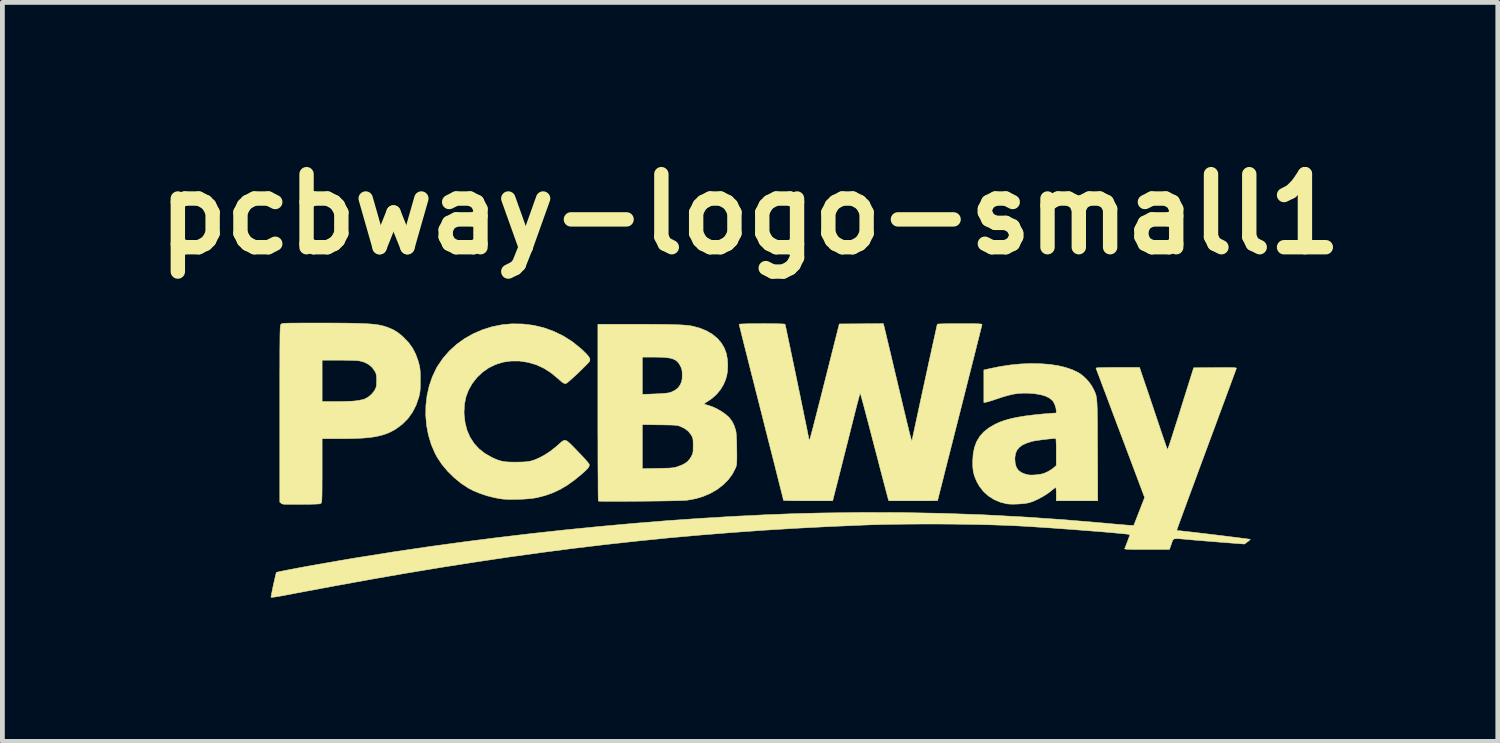
<source format=kicad_pcb>
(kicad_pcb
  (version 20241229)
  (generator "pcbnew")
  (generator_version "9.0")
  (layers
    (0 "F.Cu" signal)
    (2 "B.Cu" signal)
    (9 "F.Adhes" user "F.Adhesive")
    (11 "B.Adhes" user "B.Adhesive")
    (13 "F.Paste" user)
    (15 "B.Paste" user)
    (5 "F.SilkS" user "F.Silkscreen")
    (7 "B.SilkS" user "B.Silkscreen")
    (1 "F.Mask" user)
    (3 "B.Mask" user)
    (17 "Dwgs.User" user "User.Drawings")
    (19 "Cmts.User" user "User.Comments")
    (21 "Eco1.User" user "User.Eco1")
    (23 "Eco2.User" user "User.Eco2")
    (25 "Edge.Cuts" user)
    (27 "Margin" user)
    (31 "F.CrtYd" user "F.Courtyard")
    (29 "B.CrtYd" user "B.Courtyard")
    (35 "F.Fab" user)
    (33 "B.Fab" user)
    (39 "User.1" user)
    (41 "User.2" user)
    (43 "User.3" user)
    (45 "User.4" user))
  (footprint "pcbway-logo-small1"
    (layer "F.Cu")
    (at 12.598 6.318)
    (property "Reference" "pcbway-logo-small1" (at 0 -4.9 0) (layer "F.SilkS") (effects (font (size 1.524 1.524) (thickness 0.3))))
    (attr through_hole)
    (fp_poly (pts (xy -4.744 -2.609) (xy -4.521 -2.582) (xy -4.305 -2.531) (xy -4.097 -2.456) (xy -3.897 -2.359) (xy -3.709 -2.24) (xy -3.534 -2.099) (xy -3.487 -2.056) (xy -3.428 -1.998) (xy -3.386 -1.953) (xy -3.359 -1.917) (xy -3.345 -1.888) (xy -3.341 -1.861) (xy -3.345 -1.837) (xy -3.356 -1.821) (xy -3.383 -1.79) (xy -3.422 -1.749) (xy -3.472 -1.7) (xy -3.527 -1.645) (xy -3.586 -1.588) (xy -3.646 -1.532) (xy -3.703 -1.48) (xy -3.753 -1.435) (xy -3.795 -1.399) (xy -3.825 -1.376) (xy -3.837 -1.369) (xy -3.858 -1.365) (xy -3.881 -1.371) (xy -3.911 -1.388) (xy -3.951 -1.42) (xy -4.004 -1.468) (xy -4.007 -1.47) (xy -4.153 -1.591) (xy -4.304 -1.687) (xy -4.461 -1.759) (xy -4.627 -1.808) (xy -4.801 -1.835) (xy -4.826 -1.837) (xy -4.994 -1.836) (xy -5.155 -1.812) (xy -5.308 -1.764) (xy -5.451 -1.695) (xy -5.581 -1.604) (xy -5.698 -1.493) (xy -5.799 -1.363) (xy -5.799 -1.363) (xy -5.875 -1.228) (xy -5.928 -1.086) (xy -5.958 -0.934) (xy -5.967 -0.771) (xy -5.965 -0.718) (xy -5.945 -0.546) (xy -5.904 -0.39) (xy -5.842 -0.247) (xy -5.76 -0.12) (xy -5.657 -0.007) (xy -5.535 0.09) (xy -5.392 0.172) (xy -5.391 0.172) (xy -5.318 0.206) (xy -5.255 0.231) (xy -5.195 0.249) (xy -5.133 0.262) (xy -5.064 0.269) (xy -4.98 0.272) (xy -4.883 0.273) (xy -4.78 0.271) (xy -4.697 0.268) (xy -4.627 0.26) (xy -4.566 0.248) (xy -4.506 0.229) (xy -4.442 0.203) (xy -4.375 0.172) (xy -4.27 0.114) (xy -4.163 0.043) (xy -4.051 -0.046) (xy -3.993 -0.096) (xy -3.953 -0.132) (xy -3.921 -0.159) (xy -3.893 -0.176) (xy -3.867 -0.183) (xy -3.84 -0.178) (xy -3.809 -0.16) (xy -3.771 -0.129) (xy -3.723 -0.083) (xy -3.662 -0.02) (xy -3.598 0.046) (xy -3.535 0.111) (xy -3.478 0.172) (xy -3.429 0.226) (xy -3.391 0.27) (xy -3.366 0.301) (xy -3.357 0.315) (xy -3.354 0.34) (xy -3.361 0.365) (xy -3.379 0.393) (xy -3.41 0.428) (xy -3.458 0.474) (xy -3.505 0.516) (xy -3.661 0.644) (xy -3.812 0.752) (xy -3.96 0.84) (xy -4.111 0.911) (xy -4.268 0.967) (xy -4.436 1.011) (xy -4.467 1.017) (xy -4.539 1.028) (xy -4.63 1.038) (xy -4.733 1.045) (xy -4.842 1.049) (xy -4.95 1.051) (xy -5.05 1.05) (xy -5.137 1.045) (xy -5.188 1.04) (xy -5.334 1.014) (xy -5.484 0.976) (xy -5.63 0.928) (xy -5.766 0.872) (xy -5.879 0.814) (xy -6.031 0.713) (xy -6.175 0.595) (xy -6.308 0.464) (xy -6.426 0.323) (xy -6.525 0.176) (xy -6.571 0.092) (xy -6.651 -0.095) (xy -6.71 -0.292) (xy -6.749 -0.495) (xy -6.766 -0.702) (xy -6.763 -0.91) (xy -6.739 -1.115) (xy -6.694 -1.314) (xy -6.629 -1.506) (xy -6.544 -1.685) (xy -6.52 -1.727) (xy -6.406 -1.894) (xy -6.273 -2.047) (xy -6.122 -2.184) (xy -5.956 -2.304) (xy -5.775 -2.406) (xy -5.583 -2.489) (xy -5.381 -2.552) (xy -5.172 -2.594) (xy -4.971 -2.612) (xy -4.744 -2.609)) (stroke (width 0.01) (type solid)) (fill yes) (layer "F.SilkS"))
    (fp_poly (pts (xy 6.052 -1.781) (xy 6.242 -1.767) (xy 6.419 -1.741) (xy 6.58 -1.703) (xy 6.724 -1.654) (xy 6.848 -1.594) (xy 6.889 -1.569) (xy 6.969 -1.505) (xy 7.047 -1.426) (xy 7.113 -1.34) (xy 7.155 -1.267) (xy 7.171 -1.236) (xy 7.184 -1.208) (xy 7.196 -1.182) (xy 7.206 -1.156) (xy 7.215 -1.128) (xy 7.222 -1.096) (xy 7.228 -1.058) (xy 7.233 -1.014) (xy 7.237 -0.96) (xy 7.24 -0.895) (xy 7.243 -0.818) (xy 7.244 -0.726) (xy 7.246 -0.618) (xy 7.247 -0.492) (xy 7.247 -0.346) (xy 7.248 -0.178) (xy 7.249 0.013) (xy 7.249 0.029) (xy 7.253 1.079) (xy 6.388 1.079) (xy 6.388 0.94) (xy 6.387 0.884) (xy 6.385 0.838) (xy 6.381 0.809) (xy 6.377 0.8) (xy 6.363 0.808) (xy 6.334 0.829) (xy 6.296 0.859) (xy 6.266 0.884) (xy 6.192 0.938) (xy 6.105 0.992) (xy 6.012 1.042) (xy 5.919 1.085) (xy 5.835 1.115) (xy 5.804 1.123) (xy 5.744 1.134) (xy 5.668 1.142) (xy 5.585 1.147) (xy 5.502 1.15) (xy 5.427 1.149) (xy 5.368 1.144) (xy 5.362 1.144) (xy 5.221 1.109) (xy 5.09 1.053) (xy 4.972 0.978) (xy 4.868 0.884) (xy 4.783 0.774) (xy 4.736 0.692) (xy 4.698 0.608) (xy 4.672 0.532) (xy 4.655 0.456) (xy 4.646 0.371) (xy 4.644 0.27) (xy 4.644 0.26) (xy 4.647 0.21) (xy 5.524 0.21) (xy 5.532 0.305) (xy 5.556 0.383) (xy 5.598 0.444) (xy 5.659 0.49) (xy 5.741 0.523) (xy 5.804 0.538) (xy 5.854 0.543) (xy 5.92 0.541) (xy 5.992 0.535) (xy 6.061 0.525) (xy 6.117 0.512) (xy 6.127 0.509) (xy 6.215 0.47) (xy 6.298 0.419) (xy 6.353 0.375) (xy 6.388 0.342) (xy 6.388 0.064) (xy 6.388 -0.018) (xy 6.387 -0.09) (xy 6.385 -0.15) (xy 6.382 -0.194) (xy 6.38 -0.217) (xy 6.379 -0.22) (xy 6.362 -0.221) (xy 6.325 -0.219) (xy 6.272 -0.214) (xy 6.209 -0.208) (xy 6.14 -0.2) (xy 6.07 -0.191) (xy 6.004 -0.182) (xy 5.946 -0.173) (xy 5.902 -0.165) (xy 5.885 -0.161) (xy 5.773 -0.126) (xy 5.683 -0.085) (xy 5.616 -0.036) (xy 5.568 0.023) (xy 5.538 0.093) (xy 5.525 0.177) (xy 5.524 0.21) (xy 4.647 0.21) (xy 4.654 0.104) (xy 4.681 -0.034) (xy 4.727 -0.156) (xy 4.792 -0.264) (xy 4.878 -0.36) (xy 4.985 -0.444) (xy 5.113 -0.518) (xy 5.209 -0.562) (xy 5.317 -0.6) (xy 5.439 -0.634) (xy 5.575 -0.663) (xy 5.729 -0.689) (xy 5.903 -0.711) (xy 6.098 -0.731) (xy 6.264 -0.744) (xy 6.388 -0.753) (xy 6.388 -0.793) (xy 6.38 -0.856) (xy 6.359 -0.923) (xy 6.33 -0.983) (xy 6.309 -1.011) (xy 6.249 -1.062) (xy 6.166 -1.104) (xy 6.062 -1.134) (xy 5.935 -1.155) (xy 5.81 -1.165) (xy 5.703 -1.166) (xy 5.603 -1.161) (xy 5.503 -1.147) (xy 5.397 -1.123) (xy 5.28 -1.09) (xy 5.184 -1.058) (xy 5.112 -1.034) (xy 5.045 -1.012) (xy 4.988 -0.995) (xy 4.946 -0.983) (xy 4.931 -0.979) (xy 4.877 -0.969) (xy 4.877 -1.649) (xy 4.991 -1.676) (xy 5.211 -1.721) (xy 5.429 -1.754) (xy 5.644 -1.775) (xy 5.852 -1.784) (xy 6.052 -1.781)) (stroke (width 0.01) (type solid)) (fill yes) (layer "F.SilkS"))
    (fp_poly (pts (xy -8.961 -2.629) (xy -8.757 -2.629) (xy -8.577 -2.628) (xy -8.418 -2.627) (xy -8.278 -2.624) (xy -8.157 -2.621) (xy -8.051 -2.617) (xy -7.96 -2.612) (xy -7.88 -2.606) (xy -7.81 -2.598) (xy -7.749 -2.589) (xy -7.694 -2.578) (xy -7.643 -2.565) (xy -7.594 -2.55) (xy -7.553 -2.536) (xy -7.446 -2.49) (xy -7.348 -2.43) (xy -7.251 -2.351) (xy -7.228 -2.33) (xy -7.126 -2.223) (xy -7.043 -2.109) (xy -6.978 -1.984) (xy -6.926 -1.843) (xy -6.906 -1.769) (xy -6.895 -1.723) (xy -6.888 -1.68) (xy -6.883 -1.633) (xy -6.88 -1.577) (xy -6.879 -1.507) (xy -6.879 -1.429) (xy -6.879 -1.343) (xy -6.881 -1.277) (xy -6.884 -1.224) (xy -6.889 -1.18) (xy -6.897 -1.138) (xy -6.908 -1.092) (xy -6.912 -1.079) (xy -6.967 -0.917) (xy -7.043 -0.769) (xy -7.138 -0.636) (xy -7.252 -0.521) (xy -7.383 -0.423) (xy -7.412 -0.405) (xy -7.489 -0.363) (xy -7.567 -0.328) (xy -7.651 -0.298) (xy -7.743 -0.274) (xy -7.844 -0.254) (xy -7.959 -0.239) (xy -8.088 -0.228) (xy -8.236 -0.221) (xy -8.403 -0.217) (xy -8.581 -0.216) (xy -8.928 -0.216) (xy -8.928 0.442) (xy -8.928 0.592) (xy -8.929 0.719) (xy -8.929 0.824) (xy -8.93 0.909) (xy -8.931 0.977) (xy -8.933 1.03) (xy -8.935 1.069) (xy -8.938 1.096) (xy -8.942 1.114) (xy -8.946 1.124) (xy -8.946 1.125) (xy -8.952 1.132) (xy -8.962 1.137) (xy -8.977 1.142) (xy -9.001 1.145) (xy -9.036 1.147) (xy -9.085 1.149) (xy -9.152 1.151) (xy -9.237 1.152) (xy -9.346 1.153) (xy -9.357 1.153) (xy -9.467 1.154) (xy -9.555 1.154) (xy -9.624 1.154) (xy -9.675 1.154) (xy -9.712 1.152) (xy -9.739 1.149) (xy -9.757 1.145) (xy -9.769 1.14) (xy -9.779 1.133) (xy -9.78 1.132) (xy -9.811 1.107) (xy -9.811 -0.734) (xy -9.811 -0.987) (xy -9.811 -0.991) (xy -8.928 -0.991) (xy -8.65 -0.991) (xy -8.559 -0.991) (xy -8.466 -0.993) (xy -8.38 -0.996) (xy -8.305 -0.999) (xy -8.249 -1.003) (xy -8.243 -1.004) (xy -8.179 -1.012) (xy -8.116 -1.024) (xy -8.064 -1.036) (xy -8.046 -1.042) (xy -7.968 -1.083) (xy -7.897 -1.142) (xy -7.84 -1.212) (xy -7.826 -1.237) (xy -7.81 -1.27) (xy -7.799 -1.301) (xy -7.794 -1.336) (xy -7.792 -1.384) (xy -7.791 -1.429) (xy -7.792 -1.49) (xy -7.795 -1.533) (xy -7.802 -1.567) (xy -7.814 -1.597) (xy -7.826 -1.621) (xy -7.882 -1.701) (xy -7.957 -1.765) (xy -8.048 -1.812) (xy -8.154 -1.84) (xy -8.163 -1.841) (xy -8.199 -1.845) (xy -8.256 -1.848) (xy -8.33 -1.85) (xy -8.415 -1.852) (xy -8.508 -1.854) (xy -8.588 -1.854) (xy -8.928 -1.854) (xy -8.928 -0.991) (xy -9.811 -0.991) (xy -9.811 -1.215) (xy -9.811 -1.42) (xy -9.811 -1.604) (xy -9.81 -1.767) (xy -9.81 -1.911) (xy -9.81 -2.038) (xy -9.809 -2.147) (xy -9.808 -2.241) (xy -9.808 -2.32) (xy -9.807 -2.387) (xy -9.805 -2.441) (xy -9.804 -2.485) (xy -9.803 -2.52) (xy -9.801 -2.547) (xy -9.799 -2.566) (xy -9.796 -2.58) (xy -9.794 -2.59) (xy -9.791 -2.596) (xy -9.788 -2.601) (xy -9.787 -2.602) (xy -9.781 -2.608) (xy -9.775 -2.612) (xy -9.765 -2.616) (xy -9.751 -2.619) (xy -9.729 -2.622) (xy -9.699 -2.624) (xy -9.658 -2.626) (xy -9.604 -2.627) (xy -9.535 -2.628) (xy -9.451 -2.628) (xy -9.348 -2.629) (xy -9.224 -2.629) (xy -9.079 -2.629) (xy -8.961 -2.629)) (stroke (width 0.01) (type solid)) (fill yes) (layer "F.SilkS"))
    (fp_poly (pts (xy -2.384 -2.603) (xy -2.185 -2.603) (xy -2.01 -2.602) (xy -1.856 -2.601) (xy -1.723 -2.599) (xy -1.608 -2.596) (xy -1.509 -2.593) (xy -1.424 -2.589) (xy -1.353 -2.584) (xy -1.292 -2.578) (xy -1.241 -2.571) (xy -1.206 -2.565) (xy -1.051 -2.524) (xy -0.91 -2.467) (xy -0.786 -2.394) (xy -0.681 -2.307) (xy -0.679 -2.305) (xy -0.598 -2.21) (xy -0.537 -2.107) (xy -0.495 -1.994) (xy -0.472 -1.866) (xy -0.466 -1.746) (xy -0.47 -1.637) (xy -0.484 -1.543) (xy -0.509 -1.453) (xy -0.549 -1.358) (xy -0.56 -1.336) (xy -0.619 -1.239) (xy -0.697 -1.145) (xy -0.788 -1.062) (xy -0.88 -0.998) (xy -0.919 -0.974) (xy -0.946 -0.954) (xy -0.957 -0.941) (xy -0.956 -0.94) (xy -0.939 -0.932) (xy -0.906 -0.921) (xy -0.883 -0.915) (xy -0.791 -0.885) (xy -0.693 -0.84) (xy -0.596 -0.784) (xy -0.508 -0.722) (xy -0.436 -0.658) (xy -0.427 -0.647) (xy -0.374 -0.575) (xy -0.331 -0.487) (xy -0.301 -0.394) (xy -0.293 -0.356) (xy -0.289 -0.319) (xy -0.285 -0.261) (xy -0.282 -0.189) (xy -0.279 -0.105) (xy -0.278 -0.016) (xy -0.277 0.025) (xy -0.276 0.12) (xy -0.276 0.194) (xy -0.277 0.249) (xy -0.279 0.291) (xy -0.282 0.322) (xy -0.287 0.348) (xy -0.294 0.371) (xy -0.304 0.395) (xy -0.306 0.4) (xy -0.371 0.526) (xy -0.458 0.643) (xy -0.565 0.749) (xy -0.689 0.844) (xy -0.828 0.924) (xy -0.978 0.988) (xy -1.106 1.027) (xy -1.172 1.042) (xy -1.246 1.056) (xy -1.312 1.067) (xy -1.314 1.068) (xy -1.343 1.07) (xy -1.394 1.073) (xy -1.463 1.075) (xy -1.549 1.077) (xy -1.649 1.08) (xy -1.761 1.082) (xy -1.882 1.084) (xy -2.009 1.085) (xy -2.141 1.087) (xy -2.274 1.088) (xy -2.407 1.089) (xy -2.536 1.09) (xy -2.66 1.091) (xy -2.776 1.091) (xy -2.882 1.091) (xy -2.974 1.091) (xy -3.051 1.09) (xy -3.11 1.089) (xy -3.149 1.087) (xy -3.165 1.085) (xy -3.165 1.085) (xy -3.167 1.071) (xy -3.168 1.034) (xy -3.169 0.974) (xy -3.17 0.892) (xy -3.171 0.791) (xy -3.171 0.672) (xy -3.172 0.536) (xy -3.173 0.409) (xy -2.248 0.409) (xy -1.927 0.403) (xy -1.826 0.401) (xy -1.747 0.399) (xy -1.685 0.397) (xy -1.637 0.393) (xy -1.599 0.389) (xy -1.567 0.383) (xy -1.538 0.375) (xy -1.518 0.369) (xy -1.425 0.335) (xy -1.354 0.297) (xy -1.297 0.253) (xy -1.252 0.198) (xy -1.221 0.147) (xy -1.207 0.117) (xy -1.197 0.09) (xy -1.191 0.059) (xy -1.188 0.018) (xy -1.188 -0.04) (xy -1.187 -0.07) (xy -1.188 -0.135) (xy -1.189 -0.181) (xy -1.194 -0.215) (xy -1.201 -0.242) (xy -1.214 -0.269) (xy -1.227 -0.292) (xy -1.284 -0.367) (xy -1.362 -0.428) (xy -1.457 -0.473) (xy -1.48 -0.482) (xy -1.504 -0.488) (xy -1.532 -0.493) (xy -1.568 -0.497) (xy -1.614 -0.5) (xy -1.674 -0.502) (xy -1.751 -0.503) (xy -1.85 -0.505) (xy -1.889 -0.505) (xy -2.248 -0.51) (xy -2.248 0.409) (xy -3.173 0.409) (xy -3.173 0.384) (xy -3.174 0.219) (xy -3.174 0.041) (xy -3.174 -0.149) (xy -3.175 -0.348) (xy -3.175 -0.555) (xy -3.175 -0.764) (xy -3.175 -1.918) (xy -2.248 -1.918) (xy -2.248 -1.143) (xy -2.169 -1.144) (xy -2.127 -1.145) (xy -2.067 -1.147) (xy -1.996 -1.15) (xy -1.92 -1.153) (xy -1.892 -1.155) (xy -1.81 -1.16) (xy -1.748 -1.166) (xy -1.701 -1.172) (xy -1.664 -1.181) (xy -1.633 -1.193) (xy -1.632 -1.193) (xy -1.558 -1.232) (xy -1.503 -1.276) (xy -1.463 -1.331) (xy -1.449 -1.358) (xy -1.432 -1.398) (xy -1.422 -1.435) (xy -1.417 -1.48) (xy -1.416 -1.539) (xy -1.416 -1.544) (xy -1.417 -1.603) (xy -1.421 -1.645) (xy -1.43 -1.679) (xy -1.445 -1.716) (xy -1.454 -1.734) (xy -1.484 -1.785) (xy -1.519 -1.826) (xy -1.561 -1.858) (xy -1.614 -1.882) (xy -1.68 -1.899) (xy -1.762 -1.91) (xy -1.863 -1.916) (xy -1.987 -1.918) (xy -1.997 -1.918) (xy -2.248 -1.918) (xy -3.175 -1.918) (xy -3.175 -2.603) (xy -2.384 -2.603)) (stroke (width 0.01) (type solid)) (fill yes) (layer "F.SilkS"))
    (fp_poly (pts (xy 0.39 -2.616) (xy 0.479 -2.615) (xy 0.559 -2.614) (xy 0.628 -2.612) (xy 0.681 -2.61) (xy 0.717 -2.607) (xy 0.73 -2.604) (xy 0.733 -2.591) (xy 0.741 -2.554) (xy 0.754 -2.497) (xy 0.77 -2.421) (xy 0.789 -2.329) (xy 0.812 -2.222) (xy 0.837 -2.103) (xy 0.864 -1.973) (xy 0.893 -1.836) (xy 0.923 -1.691) (xy 0.954 -1.543) (xy 0.985 -1.393) (xy 1.016 -1.243) (xy 1.047 -1.095) (xy 1.076 -0.951) (xy 1.105 -0.813) (xy 1.131 -0.683) (xy 1.156 -0.564) (xy 1.178 -0.458) (xy 1.196 -0.366) (xy 1.211 -0.291) (xy 1.223 -0.234) (xy 1.23 -0.198) (xy 1.232 -0.185) (xy 1.233 -0.178) (xy 1.236 -0.18) (xy 1.241 -0.192) (xy 1.249 -0.216) (xy 1.26 -0.252) (xy 1.274 -0.302) (xy 1.291 -0.367) (xy 1.313 -0.448) (xy 1.338 -0.547) (xy 1.368 -0.663) (xy 1.403 -0.8) (xy 1.443 -0.957) (xy 1.489 -1.136) (xy 1.54 -1.339) (xy 1.556 -1.401) (xy 1.861 -2.61) (xy 2.32 -2.613) (xy 2.78 -2.617) (xy 2.793 -2.569) (xy 2.798 -2.55) (xy 2.808 -2.508) (xy 2.823 -2.444) (xy 2.843 -2.362) (xy 2.866 -2.262) (xy 2.894 -2.147) (xy 2.925 -2.017) (xy 2.958 -1.876) (xy 2.994 -1.724) (xy 3.032 -1.563) (xy 3.072 -1.397) (xy 3.079 -1.365) (xy 3.128 -1.16) (xy 3.171 -0.978) (xy 3.209 -0.818) (xy 3.243 -0.679) (xy 3.271 -0.56) (xy 3.296 -0.459) (xy 3.316 -0.376) (xy 3.333 -0.309) (xy 3.347 -0.256) (xy 3.358 -0.217) (xy 3.366 -0.19) (xy 3.371 -0.174) (xy 3.375 -0.167) (xy 3.377 -0.169) (xy 3.377 -0.173) (xy 3.38 -0.188) (xy 3.388 -0.226) (xy 3.4 -0.285) (xy 3.417 -0.362) (xy 3.437 -0.455) (xy 3.46 -0.563) (xy 3.486 -0.683) (xy 3.514 -0.813) (xy 3.544 -0.952) (xy 3.575 -1.096) (xy 3.607 -1.245) (xy 3.64 -1.396) (xy 3.673 -1.546) (xy 3.705 -1.694) (xy 3.736 -1.838) (xy 3.767 -1.976) (xy 3.795 -2.106) (xy 3.821 -2.225) (xy 3.845 -2.331) (xy 3.865 -2.423) (xy 3.882 -2.499) (xy 3.894 -2.556) (xy 3.903 -2.592) (xy 3.906 -2.605) (xy 3.92 -2.608) (xy 3.956 -2.61) (xy 4.012 -2.612) (xy 4.085 -2.614) (xy 4.172 -2.615) (xy 4.27 -2.616) (xy 4.376 -2.616) (xy 4.376 -2.616) (xy 4.5 -2.616) (xy 4.601 -2.616) (xy 4.68 -2.615) (xy 4.741 -2.613) (xy 4.785 -2.611) (xy 4.815 -2.608) (xy 4.832 -2.605) (xy 4.838 -2.601) (xy 4.839 -2.599) (xy 4.836 -2.585) (xy 4.827 -2.548) (xy 4.812 -2.489) (xy 4.792 -2.409) (xy 4.768 -2.31) (xy 4.738 -2.194) (xy 4.705 -2.061) (xy 4.668 -1.913) (xy 4.627 -1.751) (xy 4.583 -1.577) (xy 4.536 -1.392) (xy 4.487 -1.197) (xy 4.436 -0.995) (xy 4.383 -0.785) (xy 4.375 -0.755) (xy 4.322 -0.545) (xy 4.27 -0.342) (xy 4.221 -0.147) (xy 4.174 0.039) (xy 4.129 0.214) (xy 4.088 0.376) (xy 4.05 0.526) (xy 4.017 0.66) (xy 3.987 0.778) (xy 3.961 0.878) (xy 3.941 0.959) (xy 3.926 1.02) (xy 3.916 1.059) (xy 3.912 1.075) (xy 3.912 1.076) (xy 3.899 1.077) (xy 3.864 1.077) (xy 3.809 1.078) (xy 3.737 1.079) (xy 3.65 1.079) (xy 3.551 1.079) (xy 3.443 1.079) (xy 3.403 1.079) (xy 2.895 1.079) (xy 2.884 1.051) (xy 2.88 1.035) (xy 2.869 0.996) (xy 2.853 0.935) (xy 2.832 0.856) (xy 2.807 0.76) (xy 2.777 0.647) (xy 2.744 0.521) (xy 2.708 0.384) (xy 2.67 0.236) (xy 2.629 0.079) (xy 2.589 -0.073) (xy 2.547 -0.235) (xy 2.507 -0.389) (xy 2.469 -0.535) (xy 2.433 -0.67) (xy 2.401 -0.792) (xy 2.372 -0.901) (xy 2.347 -0.993) (xy 2.327 -1.068) (xy 2.311 -1.123) (xy 2.301 -1.157) (xy 2.297 -1.168) (xy 2.293 -1.156) (xy 2.283 -1.122) (xy 2.268 -1.068) (xy 2.249 -0.996) (xy 2.226 -0.909) (xy 2.2 -0.808) (xy 2.172 -0.697) (xy 2.142 -0.578) (xy 2.135 -0.549) (xy 2.098 -0.404) (xy 2.059 -0.247) (xy 2.018 -0.083) (xy 1.976 0.081) (xy 1.936 0.241) (xy 1.899 0.389) (xy 1.865 0.522) (xy 1.852 0.575) (xy 1.723 1.079) (xy 1.211 1.079) (xy 1.1 1.079) (xy 0.997 1.079) (xy 0.905 1.078) (xy 0.826 1.077) (xy 0.764 1.075) (xy 0.722 1.074) (xy 0.7 1.072) (xy 0.699 1.072) (xy 0.695 1.059) (xy 0.686 1.022) (xy 0.672 0.964) (xy 0.652 0.885) (xy 0.627 0.788) (xy 0.598 0.672) (xy 0.565 0.54) (xy 0.528 0.393) (xy 0.487 0.232) (xy 0.443 0.058) (xy 0.396 -0.126) (xy 0.347 -0.32) (xy 0.296 -0.522) (xy 0.243 -0.732) (xy 0.235 -0.763) (xy 0.182 -0.973) (xy 0.13 -1.176) (xy 0.081 -1.372) (xy 0.033 -1.558) (xy -0.011 -1.733) (xy -0.052 -1.897) (xy -0.09 -2.046) (xy -0.124 -2.181) (xy -0.154 -2.3) (xy -0.179 -2.401) (xy -0.199 -2.483) (xy -0.215 -2.545) (xy -0.225 -2.585) (xy -0.229 -2.602) (xy -0.229 -2.603) (xy -0.216 -2.606) (xy -0.182 -2.609) (xy -0.13 -2.611) (xy -0.061 -2.613) (xy 0.019 -2.615) (xy 0.107 -2.616) (xy 0.201 -2.616) (xy 0.296 -2.617) (xy 0.39 -2.616)) (stroke (width 0.01) (type solid)) (fill yes) (layer "F.SilkS"))
    (fp_poly (pts (xy 8.277 -1.254) (xy 8.32 -1.128) (xy 8.367 -0.988) (xy 8.416 -0.842) (xy 8.465 -0.696) (xy 8.512 -0.557) (xy 8.553 -0.433) (xy 8.565 -0.397) (xy 8.598 -0.3) (xy 8.628 -0.212) (xy 8.655 -0.134) (xy 8.677 -0.07) (xy 8.695 -0.023) (xy 8.706 0.006) (xy 8.71 0.012) (xy 8.715 0.001) (xy 8.727 -0.034) (xy 8.746 -0.088) (xy 8.77 -0.161) (xy 8.799 -0.251) (xy 8.832 -0.355) (xy 8.869 -0.471) (xy 8.91 -0.599) (xy 8.953 -0.735) (xy 8.986 -0.842) (xy 9.254 -1.695) (xy 9.702 -1.699) (xy 9.821 -1.7) (xy 9.916 -1.7) (xy 9.991 -1.7) (xy 10.048 -1.699) (xy 10.089 -1.698) (xy 10.117 -1.696) (xy 10.134 -1.693) (xy 10.142 -1.689) (xy 10.145 -1.684) (xy 10.144 -1.68) (xy 10.139 -1.665) (xy 10.126 -1.629) (xy 10.104 -1.571) (xy 10.076 -1.493) (xy 10.04 -1.397) (xy 9.999 -1.284) (xy 9.951 -1.156) (xy 9.899 -1.013) (xy 9.841 -0.858) (xy 9.779 -0.691) (xy 9.714 -0.514) (xy 9.645 -0.328) (xy 9.573 -0.135) (xy 9.52 0.009) (xy 9.447 0.206) (xy 9.376 0.397) (xy 9.309 0.58) (xy 9.245 0.754) (xy 9.184 0.918) (xy 9.128 1.069) (xy 9.078 1.207) (xy 9.032 1.331) (xy 8.993 1.438) (xy 8.96 1.528) (xy 8.934 1.6) (xy 8.916 1.651) (xy 8.905 1.681) (xy 8.903 1.689) (xy 8.913 1.7) (xy 8.924 1.702) (xy 8.944 1.703) (xy 8.987 1.707) (xy 9.048 1.714) (xy 9.126 1.723) (xy 9.218 1.733) (xy 9.32 1.745) (xy 9.431 1.758) (xy 9.548 1.772) (xy 9.667 1.786) (xy 9.787 1.801) (xy 9.904 1.815) (xy 10.016 1.829) (xy 10.12 1.842) (xy 10.214 1.854) (xy 10.295 1.864) (xy 10.36 1.873) (xy 10.406 1.879) (xy 10.432 1.883) (xy 10.435 1.884) (xy 10.429 1.894) (xy 10.406 1.913) (xy 10.377 1.936) (xy 10.314 1.982) (xy 9.891 1.95) (xy 9.772 1.94) (xy 9.647 1.93) (xy 9.521 1.92) (xy 9.4 1.91) (xy 9.291 1.901) (xy 9.2 1.893) (xy 9.185 1.892) (xy 9.081 1.882) (xy 9 1.875) (xy 8.938 1.87) (xy 8.892 1.869) (xy 8.86 1.872) (xy 8.838 1.88) (xy 8.823 1.893) (xy 8.813 1.912) (xy 8.803 1.938) (xy 8.792 1.972) (xy 8.789 1.981) (xy 8.748 2.095) (xy 8.278 2.095) (xy 8.152 2.095) (xy 8.049 2.095) (xy 7.968 2.094) (xy 7.906 2.092) (xy 7.862 2.09) (xy 7.833 2.087) (xy 7.818 2.084) (xy 7.814 2.08) (xy 7.814 2.08) (xy 7.839 2.018) (xy 7.863 1.956) (xy 7.885 1.897) (xy 7.904 1.846) (xy 7.917 1.808) (xy 7.923 1.787) (xy 7.923 1.785) (xy 7.908 1.781) (xy 7.869 1.775) (xy 7.809 1.769) (xy 7.73 1.761) (xy 7.634 1.752) (xy 7.523 1.742) (xy 7.398 1.731) (xy 7.263 1.72) (xy 7.119 1.709) (xy 6.968 1.697) (xy 6.813 1.685) (xy 6.654 1.673) (xy 6.495 1.662) (xy 6.338 1.65) (xy 6.183 1.64) (xy 6.035 1.63) (xy 5.894 1.621) (xy 5.762 1.613) (xy 5.642 1.606) (xy 5.55 1.601) (xy 5.316 1.591) (xy 5.06 1.582) (xy 4.788 1.575) (xy 4.503 1.57) (xy 4.209 1.566) (xy 3.912 1.564) (xy 3.614 1.564) (xy 3.321 1.566) (xy 3.036 1.569) (xy 2.764 1.574) (xy 2.509 1.581) (xy 2.343 1.587) (xy 1.651 1.617) (xy 0.97 1.652) (xy 0.296 1.693) (xy -0.371 1.741) (xy -1.035 1.794) (xy -1.697 1.853) (xy -2.36 1.92) (xy -3.024 1.993) (xy -3.694 2.073) (xy -4.37 2.161) (xy -5.054 2.256) (xy -5.75 2.36) (xy -6.458 2.471) (xy -7.181 2.591) (xy -7.922 2.72) (xy -8.681 2.858) (xy -9.462 3.004) (xy -9.541 3.02) (xy -9.678 3.045) (xy -9.79 3.066) (xy -9.877 3.081) (xy -9.94 3.09) (xy -9.98 3.094) (xy -9.995 3.092) (xy -9.995 3.092) (xy -9.992 3.071) (xy -9.985 3.032) (xy -9.974 2.978) (xy -9.961 2.914) (xy -9.947 2.845) (xy -9.931 2.775) (xy -9.916 2.709) (xy -9.903 2.652) (xy -9.892 2.607) (xy -9.885 2.58) (xy -9.882 2.575) (xy -9.866 2.569) (xy -9.827 2.559) (xy -9.767 2.547) (xy -9.688 2.531) (xy -9.591 2.512) (xy -9.479 2.491) (xy -9.353 2.467) (xy -9.216 2.442) (xy -9.069 2.416) (xy -8.914 2.389) (xy -8.754 2.361) (xy -8.589 2.332) (xy -8.423 2.304) (xy -8.257 2.276) (xy -8.092 2.249) (xy -8.09 2.249) (xy -7.403 2.14) (xy -6.705 2.037) (xy -5.998 1.94) (xy -5.285 1.849) (xy -4.569 1.764) (xy -3.853 1.686) (xy -3.139 1.615) (xy -2.43 1.551) (xy -1.729 1.494) (xy -1.038 1.446) (xy -0.361 1.405) (xy 0.3 1.372) (xy 0.943 1.347) (xy 1.473 1.334) (xy 2.326 1.323) (xy 3.166 1.325) (xy 3.999 1.341) (xy 4.83 1.37) (xy 5.665 1.414) (xy 6.509 1.471) (xy 7.367 1.543) (xy 7.449 1.55) (xy 7.552 1.56) (xy 7.651 1.569) (xy 7.741 1.576) (xy 7.819 1.583) (xy 7.88 1.588) (xy 7.922 1.591) (xy 7.936 1.591) (xy 8.004 1.594) (xy 8.118 1.302) (xy 8.231 1.011) (xy 7.727 -0.33) (xy 7.66 -0.506) (xy 7.596 -0.676) (xy 7.535 -0.839) (xy 7.478 -0.991) (xy 7.425 -1.133) (xy 7.376 -1.261) (xy 7.333 -1.376) (xy 7.296 -1.475) (xy 7.265 -1.557) (xy 7.241 -1.62) (xy 7.225 -1.663) (xy 7.217 -1.684) (xy 7.216 -1.686) (xy 7.22 -1.69) (xy 7.235 -1.694) (xy 7.264 -1.697) (xy 7.308 -1.699) (xy 7.37 -1.7) (xy 7.451 -1.701) (xy 7.554 -1.702) (xy 7.668 -1.702) (xy 8.125 -1.702) (xy 8.277 -1.254)) (stroke (width 0.01) (type solid)) (fill yes) (layer "F.SilkS")))
  (gr_rect
    (start -3 -3)
    (end 28.197 12.417)
    (stroke (width 0.1) (type default))
    (fill no)
    (layer "Edge.Cuts")))
</source>
